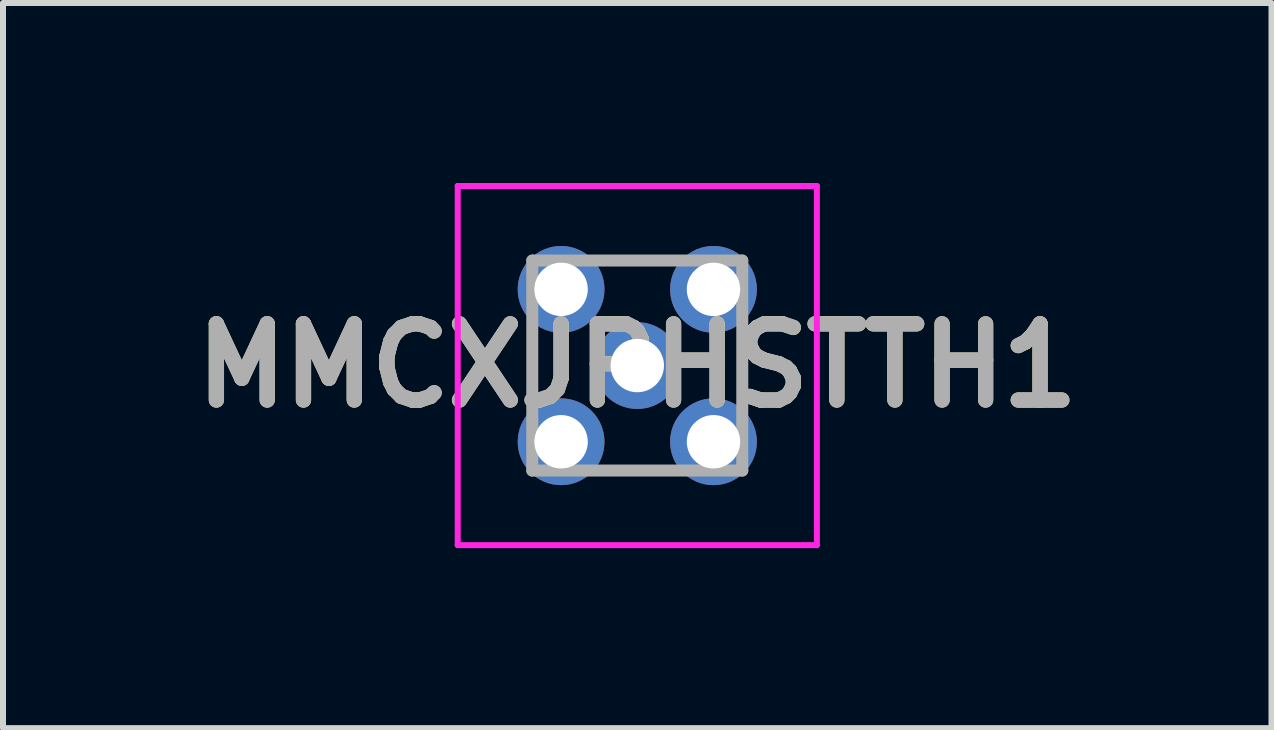
<source format=kicad_pcb>
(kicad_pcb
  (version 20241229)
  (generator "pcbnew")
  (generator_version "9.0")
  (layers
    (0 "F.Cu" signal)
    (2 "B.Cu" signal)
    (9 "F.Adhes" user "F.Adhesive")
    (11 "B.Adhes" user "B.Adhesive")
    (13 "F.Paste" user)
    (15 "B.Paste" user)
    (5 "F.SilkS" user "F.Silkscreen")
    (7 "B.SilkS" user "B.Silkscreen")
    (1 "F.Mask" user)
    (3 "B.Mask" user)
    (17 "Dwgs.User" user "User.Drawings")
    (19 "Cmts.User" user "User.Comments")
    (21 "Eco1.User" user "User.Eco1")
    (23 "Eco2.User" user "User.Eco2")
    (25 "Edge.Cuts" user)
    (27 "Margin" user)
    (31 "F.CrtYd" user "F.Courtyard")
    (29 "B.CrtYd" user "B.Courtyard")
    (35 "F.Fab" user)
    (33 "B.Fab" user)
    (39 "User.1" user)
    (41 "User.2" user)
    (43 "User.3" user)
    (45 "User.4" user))
  (footprint "MMCXJPHSTTH1"
    (layer "F.Cu")
    (at 6.302 1.773)
    (property "Reference" "MMCXJPHSTTH1" (at 1.27 1.27 0) (layer "F.SilkS") (effects (font (size 1.27 1.27) (thickness 0.254))))
    (attr through_hole)
    (fp_line (start -0.48 0.87) (end -0.48 1.67) (stroke (width 0.1) (type solid)) (layer "F.SilkS"))
    (fp_line (start 0.87 -0.48) (end 0.87 -0.48) (stroke (width 0.1) (type solid)) (layer "F.SilkS"))
    (fp_line (start 0.87 -0.48) (end 1.67 -0.48) (stroke (width 0.1) (type solid)) (layer "F.SilkS"))
    (fp_line (start 0.87 3.02) (end 1.67 3.02) (stroke (width 0.1) (type solid)) (layer "F.SilkS"))
    (fp_line (start 3.02 0.87) (end 3.02 1.87) (stroke (width 0.1) (type solid)) (layer "F.SilkS"))
    (fp_line (start 3.02 1.87) (end 3.02 1.87) (stroke (width 0.1) (type solid)) (layer "F.SilkS"))
    (fp_line (start -1.723 -1.723) (end 4.263 -1.723) (stroke (width 0.1) (type solid)) (layer "F.CrtYd"))
    (fp_line (start -1.723 4.263) (end -1.723 -1.723) (stroke (width 0.1) (type solid)) (layer "F.CrtYd"))
    (fp_line (start 4.263 -1.723) (end 4.263 4.263) (stroke (width 0.1) (type solid)) (layer "F.CrtYd"))
    (fp_line (start 4.263 4.263) (end -1.723 4.263) (stroke (width 0.1) (type solid)) (layer "F.CrtYd"))
    (fp_line (start -0.48 -0.48) (end 3.02 -0.48) (stroke (width 0.2) (type solid)) (layer "F.Fab"))
    (fp_line (start -0.48 3.02) (end -0.48 -0.48) (stroke (width 0.2) (type solid)) (layer "F.Fab"))
    (fp_line (start 3.02 -0.48) (end 3.02 3.02) (stroke (width 0.2) (type solid)) (layer "F.Fab"))
    (fp_line (start 3.02 3.02) (end -0.48 3.02) (stroke (width 0.2) (type solid)) (layer "F.Fab"))
    (fp_text user "${REFERENCE}" (at 1.27 1.27 0) (layer "F.Fab") (effects (font (size 1.27 1.27) (thickness 0.254))))
    (pad "1" thru_hole circle (at 1.27 1.27) (size 1.446 1.446) (drill 0.89) (layers "*.Cu" "*.Mask"))
    (pad "2" thru_hole circle (at 0 0) (size 1.446 1.446) (drill 0.89) (layers "*.Cu" "*.Mask"))
    (pad "3" thru_hole circle (at 0 2.54) (size 1.446 1.446) (drill 0.89) (layers "*.Cu" "*.Mask"))
    (pad "4" thru_hole circle (at 2.54 2.54) (size 1.446 1.446) (drill 0.89) (layers "*.Cu" "*.Mask"))
    (pad "5" thru_hole circle (at 2.54 0) (size 1.446 1.446) (drill 0.89) (layers "*.Cu" "*.Mask")))
  (gr_rect
    (start -3 -3)
    (end 18.143 9.086)
    (stroke (width 0.1) (type default))
    (fill no)
    (layer "Edge.Cuts")))
</source>
